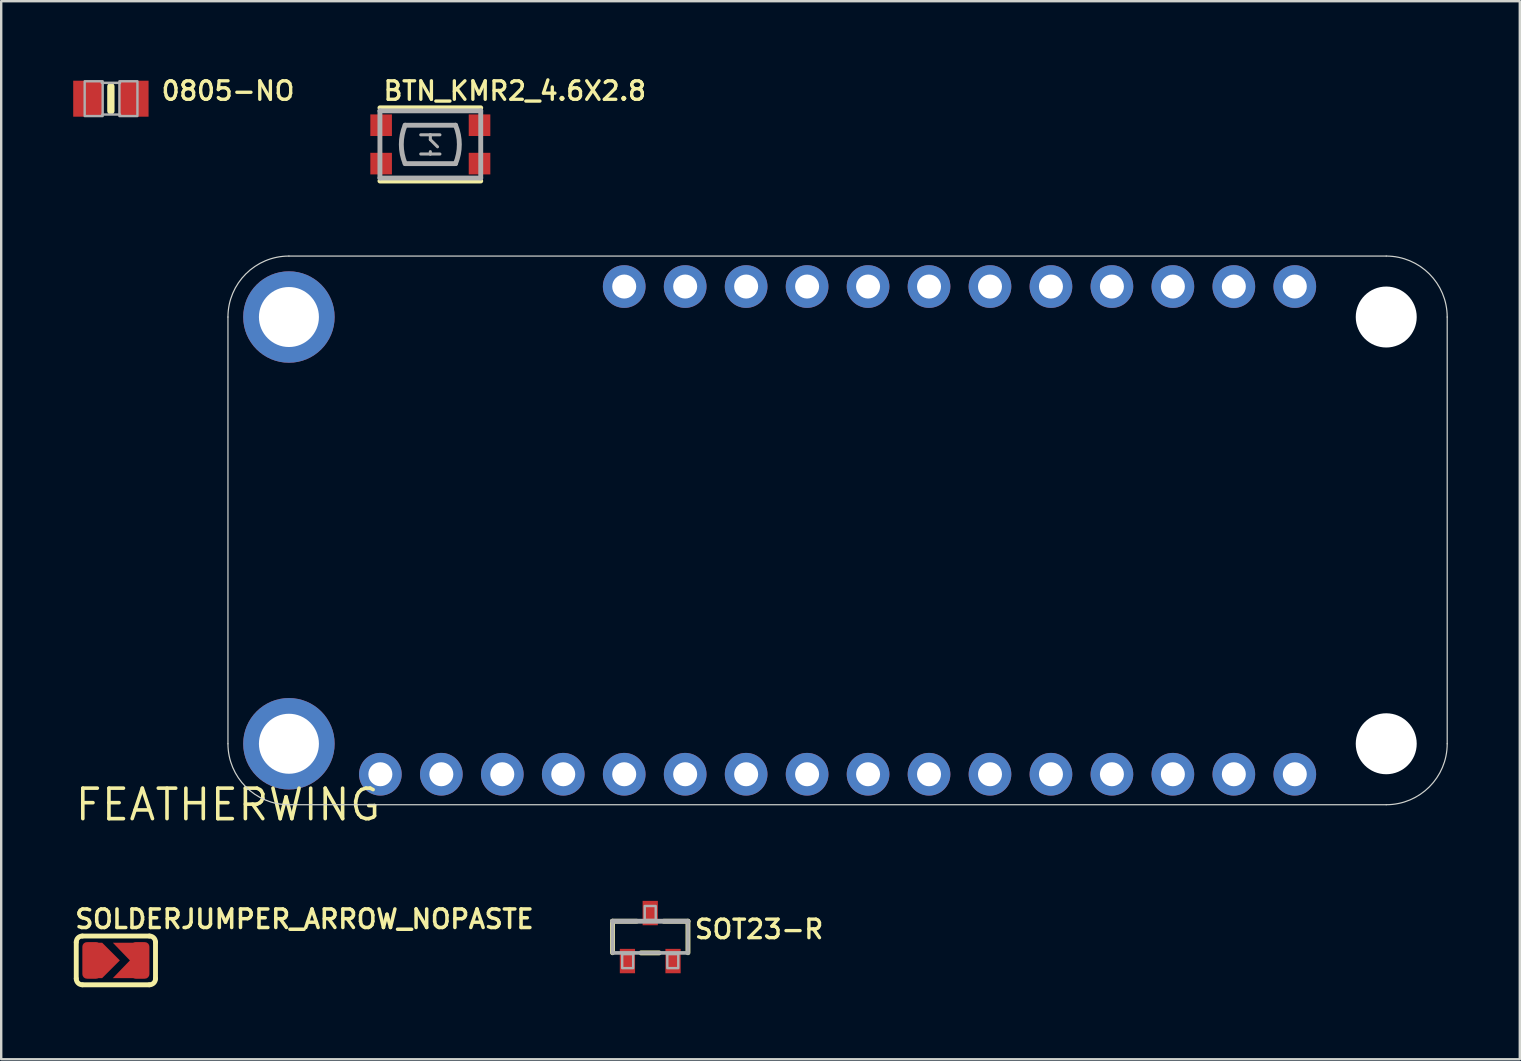
<source format=kicad_pcb>
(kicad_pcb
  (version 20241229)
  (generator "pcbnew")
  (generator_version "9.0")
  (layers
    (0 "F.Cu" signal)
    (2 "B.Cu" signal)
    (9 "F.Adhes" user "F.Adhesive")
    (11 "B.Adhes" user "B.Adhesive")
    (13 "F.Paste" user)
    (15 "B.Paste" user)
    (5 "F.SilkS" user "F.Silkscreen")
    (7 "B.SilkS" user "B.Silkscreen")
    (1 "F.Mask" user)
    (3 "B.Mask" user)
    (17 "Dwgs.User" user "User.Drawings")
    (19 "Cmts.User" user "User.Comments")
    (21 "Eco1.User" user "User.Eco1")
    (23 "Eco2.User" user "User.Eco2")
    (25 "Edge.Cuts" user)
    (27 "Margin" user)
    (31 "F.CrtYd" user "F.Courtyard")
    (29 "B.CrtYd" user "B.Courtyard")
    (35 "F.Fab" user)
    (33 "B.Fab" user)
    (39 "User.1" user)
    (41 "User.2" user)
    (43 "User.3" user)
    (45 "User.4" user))
  (footprint "FEATHERWING"
    (layer "F.Cu")
    (at 6.448 30.479)
    (property "Reference" "FEATHERWING" (at 0 0 0) (layer "F.SilkS") (effects (font (size 1.27 1.27) (thickness 0.15))))
    (attr through_hole)
    (fp_line (start 0 -20.32) (end 0 -2.54) (stroke (width 0.05) (type solid)) (layer "Edge.Cuts"))
    (fp_line (start 2.54 0) (end 48.26 0) (stroke (width 0.05) (type solid)) (layer "Edge.Cuts"))
    (fp_line (start 48.26 -22.86) (end 2.54 -22.86) (stroke (width 0.05) (type solid)) (layer "Edge.Cuts"))
    (fp_line (start 50.8 -2.54) (end 50.8 -20.32) (stroke (width 0.05) (type solid)) (layer "Edge.Cuts"))
    (fp_arc (start 0 -20.32) (mid 0.743949 -22.116051) (end 2.54 -22.86) (stroke (width 0.05) (type solid)) (layer "Edge.Cuts"))
    (fp_arc (start 2.54 0) (mid 0.743949 -0.743949) (end 0 -2.54) (stroke (width 0.05) (type solid)) (layer "Edge.Cuts"))
    (fp_arc (start 48.26 -22.86) (mid 50.056051 -22.116051) (end 50.8 -20.32) (stroke (width 0.05) (type solid)) (layer "Edge.Cuts"))
    (fp_arc (start 50.8 -2.54) (mid 50.056051 -0.743949) (end 48.26 0) (stroke (width 0.05) (type solid)) (layer "Edge.Cuts"))
    (pad "" np_thru_hole circle (at 48.26 -20.32) (size 2.54 2.54) (drill 2.54) (layers "*.Cu" "*.Mask"))
    (pad "" np_thru_hole circle (at 48.26 -2.54) (size 2.54 2.54) (drill 2.54) (layers "*.Cu" "*.Mask"))
    (pad "1" thru_hole circle (at 6.35 -1.27) (size 1.778 1.778) (drill 1) (layers "*.Cu" "*.Mask"))
    (pad "2" thru_hole circle (at 8.89 -1.27) (size 1.778 1.778) (drill 1) (layers "*.Cu" "*.Mask"))
    (pad "3" thru_hole circle (at 11.43 -1.27) (size 1.778 1.778) (drill 1) (layers "*.Cu" "*.Mask"))
    (pad "4" thru_hole circle (at 13.97 -1.27) (size 1.778 1.778) (drill 1) (layers "*.Cu" "*.Mask"))
    (pad "5" thru_hole circle (at 16.51 -1.27) (size 1.778 1.778) (drill 1) (layers "*.Cu" "*.Mask"))
    (pad "6" thru_hole circle (at 19.05 -1.27) (size 1.778 1.778) (drill 1) (layers "*.Cu" "*.Mask"))
    (pad "7" thru_hole circle (at 21.59 -1.27) (size 1.778 1.778) (drill 1) (layers "*.Cu" "*.Mask"))
    (pad "8" thru_hole circle (at 24.13 -1.27) (size 1.778 1.778) (drill 1) (layers "*.Cu" "*.Mask"))
    (pad "9" thru_hole circle (at 26.67 -1.27) (size 1.778 1.778) (drill 1) (layers "*.Cu" "*.Mask"))
    (pad "10" thru_hole circle (at 29.21 -1.27) (size 1.778 1.778) (drill 1) (layers "*.Cu" "*.Mask"))
    (pad "11" thru_hole circle (at 31.75 -1.27) (size 1.778 1.778) (drill 1) (layers "*.Cu" "*.Mask"))
    (pad "12" thru_hole circle (at 34.29 -1.27) (size 1.778 1.778) (drill 1) (layers "*.Cu" "*.Mask"))
    (pad "13" thru_hole circle (at 36.83 -1.27) (size 1.778 1.778) (drill 1) (layers "*.Cu" "*.Mask"))
    (pad "14" thru_hole circle (at 39.37 -1.27) (size 1.778 1.778) (drill 1) (layers "*.Cu" "*.Mask"))
    (pad "15" thru_hole circle (at 41.91 -1.27) (size 1.778 1.778) (drill 1) (layers "*.Cu" "*.Mask"))
    (pad "16" thru_hole circle (at 44.45 -1.27) (size 1.778 1.778) (drill 1) (layers "*.Cu" "*.Mask"))
    (pad "17" thru_hole circle (at 44.45 -21.59) (size 1.778 1.778) (drill 1) (layers "*.Cu" "*.Mask"))
    (pad "18" thru_hole circle (at 41.91 -21.59) (size 1.778 1.778) (drill 1) (layers "*.Cu" "*.Mask"))
    (pad "19" thru_hole circle (at 39.37 -21.59) (size 1.778 1.778) (drill 1) (layers "*.Cu" "*.Mask"))
    (pad "20" thru_hole circle (at 36.83 -21.59) (size 1.778 1.778) (drill 1) (layers "*.Cu" "*.Mask"))
    (pad "21" thru_hole circle (at 34.29 -21.59) (size 1.778 1.778) (drill 1) (layers "*.Cu" "*.Mask"))
    (pad "22" thru_hole circle (at 31.75 -21.59) (size 1.778 1.778) (drill 1) (layers "*.Cu" "*.Mask"))
    (pad "23" thru_hole circle (at 29.21 -21.59) (size 1.778 1.778) (drill 1) (layers "*.Cu" "*.Mask"))
    (pad "24" thru_hole circle (at 26.67 -21.59) (size 1.778 1.778) (drill 1) (layers "*.Cu" "*.Mask"))
    (pad "25" thru_hole circle (at 24.13 -21.59) (size 1.778 1.778) (drill 1) (layers "*.Cu" "*.Mask"))
    (pad "26" thru_hole circle (at 21.59 -21.59) (size 1.778 1.778) (drill 1) (layers "*.Cu" "*.Mask"))
    (pad "27" thru_hole circle (at 19.05 -21.59) (size 1.778 1.778) (drill 1) (layers "*.Cu" "*.Mask"))
    (pad "28" thru_hole circle (at 16.51 -21.59) (size 1.778 1.778) (drill 1) (layers "*.Cu" "*.Mask"))
    (pad "P$1" thru_hole circle (at 2.54 -20.32) (size 3.81 3.81) (drill 2.5) (layers "*.Cu" "*.Mask"))
    (pad "P$2" thru_hole circle (at 2.54 -2.54) (size 3.81 3.81) (drill 2.5) (layers "*.Cu" "*.Mask")))
  (footprint "SOLDERJUMPER_ARROW_NOPASTE"
    (layer "F.Cu")
    (at 1.778 36.966)
    (property "Reference" "SOLDERJUMPER_ARROW_NOPASTE" (at -1.778 -1.27 0) (layer "F.SilkS") (effects (font (size 0.772 0.772) (thickness 0.146)) (justify left bottom)))
    (attr through_hole)
    (fp_poly (pts (xy -1.143 -0.737) (xy -0.572 -0.737) (xy 0.165 0) (xy -0.572 0.737) (xy -1.143 0.737)) (stroke (width 0) (type solid)) (fill yes) (layer "F.Cu"))
    (fp_poly (pts (xy -0.127 -0.737) (xy 0.584 0) (xy -0.127 0.737) (xy 1.143 0.737) (xy 1.143 -0.737)) (stroke (width 0) (type solid)) (fill yes) (layer "F.Cu"))
    (fp_poly (pts (xy -1.46 0.826) (xy 1.46 0.826) (xy 1.46 -0.826) (xy -1.46 -0.826)) (stroke (width 0) (type solid)) (fill yes) (layer "F.Mask"))
    (fp_line (start -1.651 0.762) (end -1.651 -0.762) (stroke (width 0.203) (type solid)) (layer "F.SilkS"))
    (fp_line (start -1.397 -1.016) (end 1.397 -1.016) (stroke (width 0.203) (type solid)) (layer "F.SilkS"))
    (fp_line (start 1.397 1.016) (end -1.397 1.016) (stroke (width 0.203) (type solid)) (layer "F.SilkS"))
    (fp_line (start 1.651 0.762) (end 1.651 -0.762) (stroke (width 0.203) (type solid)) (layer "F.SilkS"))
    (fp_arc (start -1.651 -0.762) (mid -1.576605 -0.941605) (end -1.397 -1.016) (stroke (width 0.2032) (type solid)) (layer "F.SilkS"))
    (fp_arc (start -1.397 1.016) (mid -1.576605 0.941605) (end -1.651 0.762) (stroke (width 0.2032) (type solid)) (layer "F.SilkS"))
    (fp_arc (start 1.397 -1.016) (mid 1.576605 -0.941605) (end 1.651 -0.762) (stroke (width 0.2032) (type solid)) (layer "F.SilkS"))
    (fp_arc (start 1.651 0.762) (mid 1.576605 0.941605) (end 1.397 1.016) (stroke (width 0.2032) (type solid)) (layer "F.SilkS"))
    (pad "1" smd roundrect (at -1.016 0) (size 0.762 1.524) (layers "F.Cu" "F.Mask") (roundrect_rratio 0.25))
    (pad "2" smd roundrect (at 1.016 0) (size 0.762 1.524) (layers "F.Cu" "F.Mask") (roundrect_rratio 0.25)))
  (footprint "BTN_KMR2_4.6X2.8"
    (layer "F.Cu")
    (at 14.88 2.967)
    (property "Reference" "BTN_KMR2_4.6X2.8" (at -2.032 -1.778 180) (layer "F.SilkS") (effects (font (size 0.772 0.772) (thickness 0.139)) (justify left bottom)))
    (attr through_hole)
    (fp_line (start -2.1 -1.525) (end 2.1 -1.525) (stroke (width 0.203) (type solid)) (layer "F.SilkS"))
    (fp_line (start 2.1 1.525) (end -2.1 1.525) (stroke (width 0.203) (type solid)) (layer "F.SilkS"))
    (fp_line (start -2.1 -1.4) (end 2.1 -1.4) (stroke (width 0.203) (type solid)) (layer "F.Fab"))
    (fp_line (start -2.1 1.4) (end -2.1 -1.4) (stroke (width 0.203) (type solid)) (layer "F.Fab"))
    (fp_line (start -1.05 -0.8) (end 1.05 -0.8) (stroke (width 0.203) (type solid)) (layer "F.Fab"))
    (fp_line (start -0.4 -0.4) (end 0 -0.4) (stroke (width 0.127) (type solid)) (layer "F.Fab"))
    (fp_line (start -0.4 0.4) (end 0 0.4) (stroke (width 0.127) (type solid)) (layer "F.Fab"))
    (fp_line (start 0 -0.4) (end 0 -0.2) (stroke (width 0.127) (type solid)) (layer "F.Fab"))
    (fp_line (start 0 -0.4) (end 0.4 -0.4) (stroke (width 0.127) (type solid)) (layer "F.Fab"))
    (fp_line (start 0 -0.2) (end 0.3 0.1) (stroke (width 0.127) (type solid)) (layer "F.Fab"))
    (fp_line (start 0 0.4) (end 0 0.3) (stroke (width 0.127) (type solid)) (layer "F.Fab"))
    (fp_line (start 0 0.4) (end 0.4 0.4) (stroke (width 0.127) (type solid)) (layer "F.Fab"))
    (fp_line (start 1.05 0.8) (end -1.05 0.8) (stroke (width 0.203) (type solid)) (layer "F.Fab"))
    (fp_line (start 2.1 -1.4) (end 2.1 1.4) (stroke (width 0.203) (type solid)) (layer "F.Fab"))
    (fp_line (start 2.1 1.4) (end -2.1 1.4) (stroke (width 0.203) (type solid)) (layer "F.Fab"))
    (fp_arc (start -1.05 0.8) (mid -1.209128 0) (end -1.05 -0.799999) (stroke (width 0.2032) (type solid)) (layer "F.Fab"))
    (fp_arc (start 1.05 -0.8) (mid 1.209128 0) (end 1.05 0.799999) (stroke (width 0.2032) (type solid)) (layer "F.Fab"))
    (pad "A" smd rect (at 2.05 -0.8) (size 0.9 0.9) (layers "F.Cu" "F.Mask" "F.Paste"))
    (pad "A'" smd rect (at -2.05 -0.8) (size 0.9 0.9) (layers "F.Cu" "F.Mask" "F.Paste"))
    (pad "B" smd rect (at 2.05 0.8) (size 0.9 0.9) (layers "F.Cu" "F.Mask" "F.Paste"))
    (pad "B'" smd rect (at -2.05 0.8) (size 0.9 0.9) (layers "F.Cu" "F.Mask" "F.Paste")))
  (footprint "SOT23-R"
    (layer "F.Cu")
    (at 24.042 35.993)
    (property "Reference" "SOT23-R" (at 1.778 0.127 0) (layer "F.SilkS") (effects (font (size 0.772 0.772) (thickness 0.139)) (justify left bottom)))
    (attr through_hole)
    (fp_line (start -1.572 -0.66) (end -0.564 -0.66) (stroke (width 0.203) (type solid)) (layer "F.SilkS"))
    (fp_line (start -1.572 0.652) (end -1.572 -0.66) (stroke (width 0.203) (type solid)) (layer "F.SilkS"))
    (fp_line (start 0.372 0.66) (end -0.386 0.66) (stroke (width 0.203) (type solid)) (layer "F.SilkS"))
    (fp_line (start 0.564 -0.66) (end 1.572 -0.66) (stroke (width 0.203) (type solid)) (layer "F.SilkS"))
    (fp_line (start 1.572 -0.66) (end 1.572 0.652) (stroke (width 0.203) (type solid)) (layer "F.SilkS"))
    (fp_line (start -1.572 -0.66) (end 1.572 -0.66) (stroke (width 0.203) (type solid)) (layer "F.Fab"))
    (fp_line (start -1.572 0.66) (end -1.572 -0.66) (stroke (width 0.152) (type solid)) (layer "F.Fab"))
    (fp_line (start 1.572 -0.66) (end 1.572 0.66) (stroke (width 0.152) (type solid)) (layer "F.Fab"))
    (fp_line (start 1.572 0.66) (end -1.572 0.66) (stroke (width 0.152) (type solid)) (layer "F.Fab"))
    (fp_poly (pts (xy -1.168 1.295) (xy -0.711 1.295) (xy -0.711 0.711) (xy -1.168 0.711)) (stroke (width 0.1) (type solid)) (fill no) (layer "F.Fab"))
    (fp_poly (pts (xy -0.229 -0.711) (xy 0.229 -0.711) (xy 0.229 -1.295) (xy -0.229 -1.295)) (stroke (width 0.1) (type solid)) (fill no) (layer "F.Fab"))
    (fp_poly (pts (xy 0.711 1.295) (xy 1.168 1.295) (xy 1.168 0.711) (xy 0.711 0.711)) (stroke (width 0.1) (type solid)) (fill no) (layer "F.Fab"))
    (pad "1" smd rect (at -0.95 1) (size 0.635 1.016) (layers "F.Cu" "F.Mask" "F.Paste"))
    (pad "2" smd rect (at 0.95 1) (size 0.635 1.016) (layers "F.Cu" "F.Mask" "F.Paste"))
    (pad "3" smd rect (at 0 -1) (size 0.635 1.016) (layers "F.Cu" "F.Mask" "F.Paste")))
  (footprint "0805-NO"
    (layer "F.Cu")
    (at 1.57 1.062)
    (property "Reference" "0805-NO" (at 2.032 0.127 180) (layer "F.SilkS") (effects (font (size 0.772 0.772) (thickness 0.139)) (justify left bottom)))
    (attr through_hole)
    (fp_line (start 0 -0.508) (end 0 0.508) (stroke (width 0.305) (type solid)) (layer "F.SilkS"))
    (fp_line (start -0.381 -0.66) (end 0.381 -0.66) (stroke (width 0.102) (type solid)) (layer "F.Fab"))
    (fp_line (start -0.356 0.66) (end 0.381 0.66) (stroke (width 0.102) (type solid)) (layer "F.Fab"))
    (fp_poly (pts (xy -1.092 0.724) (xy -0.342 0.724) (xy -0.342 -0.726) (xy -1.092 -0.726)) (stroke (width 0.1) (type solid)) (fill no) (layer "F.Fab"))
    (fp_poly (pts (xy 0.356 0.724) (xy 1.106 0.724) (xy 1.106 -0.726) (xy 0.356 -0.726)) (stroke (width 0.1) (type solid)) (fill no) (layer "F.Fab"))
    (pad "1" smd rect (at -0.95 0) (size 1.24 1.5) (layers "F.Cu" "F.Mask" "F.Paste"))
    (pad "2" smd rect (at 0.95 0) (size 1.24 1.5) (layers "F.Cu" "F.Mask" "F.Paste")))
  (gr_rect
    (start -3 -3)
    (end 60.273 41.084)
    (stroke (width 0.1) (type default))
    (fill no)
    (layer "Edge.Cuts")))
</source>
